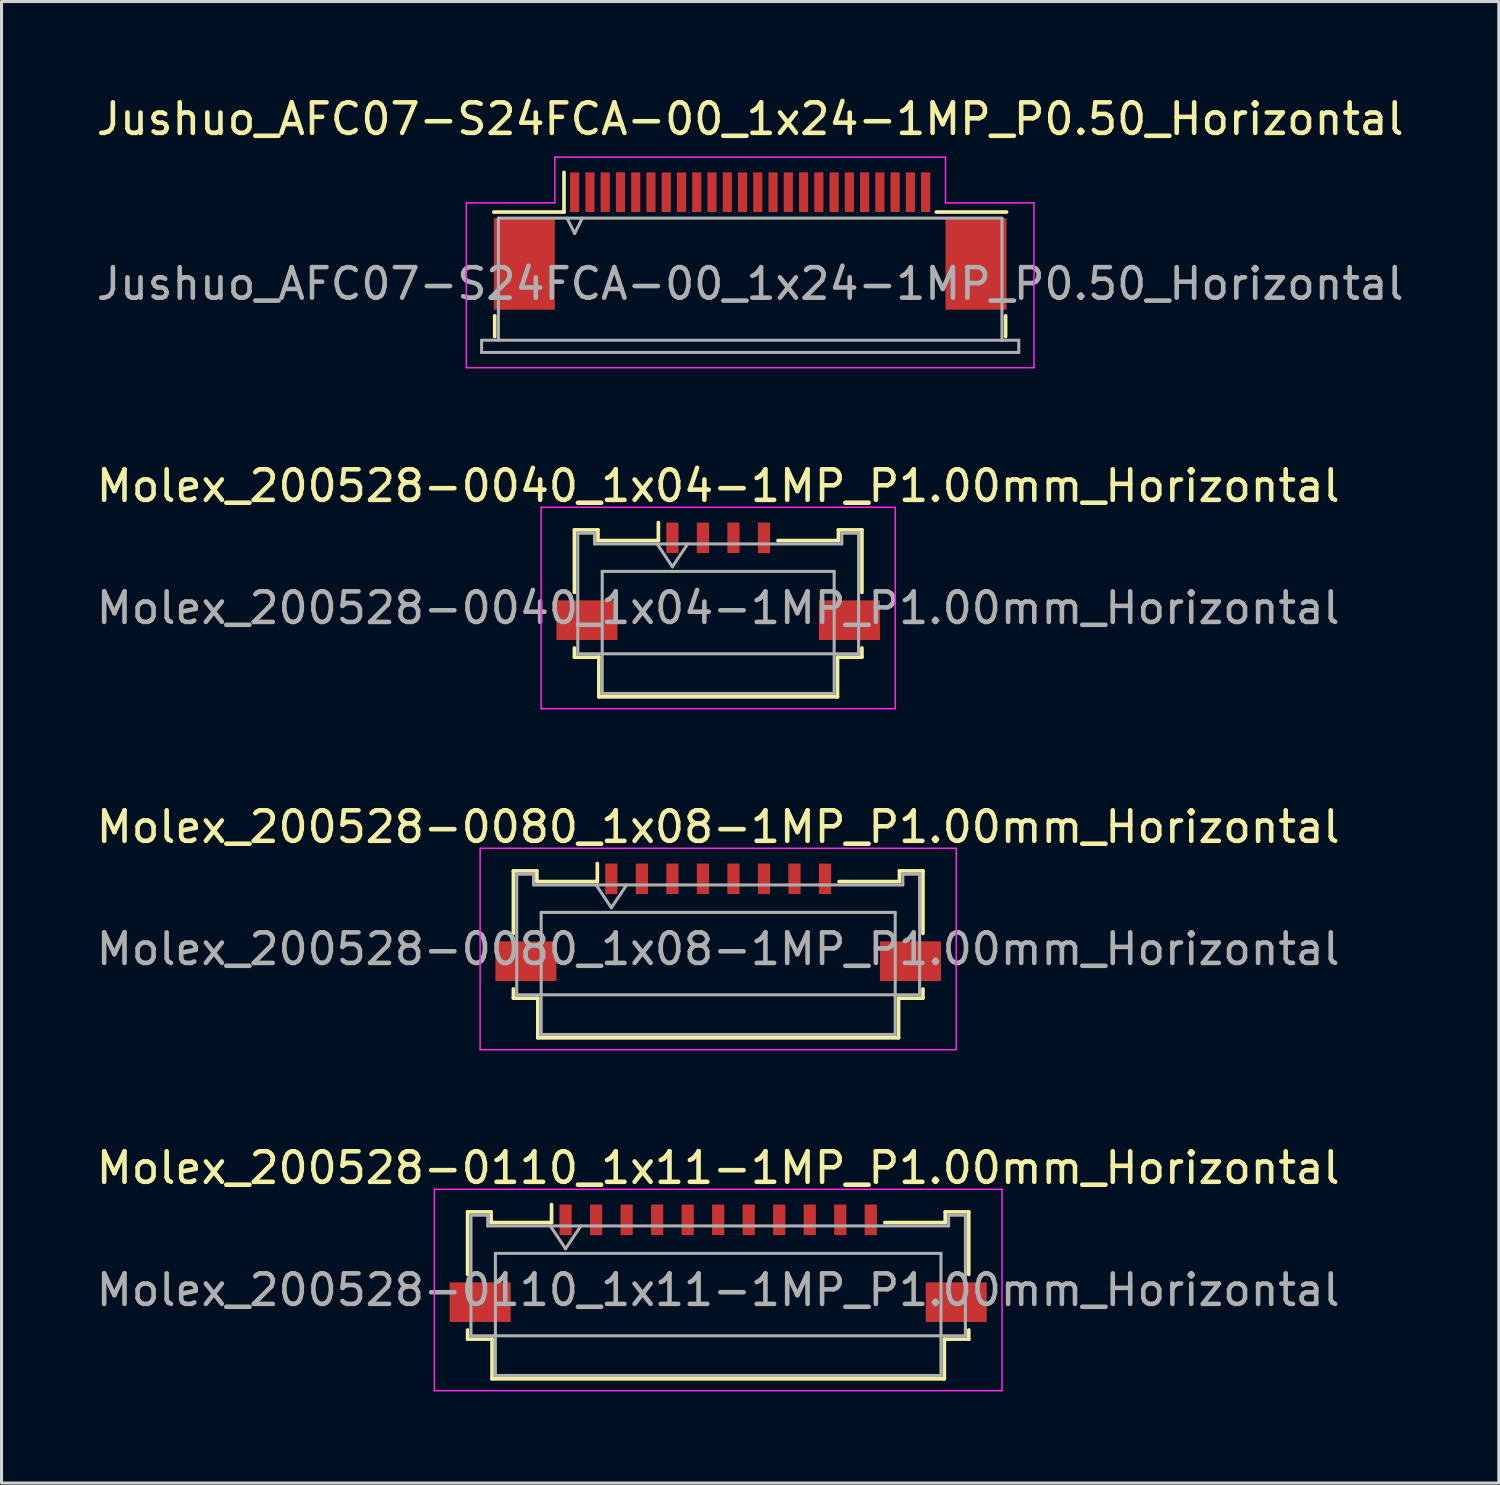
<source format=kicad_pcb>
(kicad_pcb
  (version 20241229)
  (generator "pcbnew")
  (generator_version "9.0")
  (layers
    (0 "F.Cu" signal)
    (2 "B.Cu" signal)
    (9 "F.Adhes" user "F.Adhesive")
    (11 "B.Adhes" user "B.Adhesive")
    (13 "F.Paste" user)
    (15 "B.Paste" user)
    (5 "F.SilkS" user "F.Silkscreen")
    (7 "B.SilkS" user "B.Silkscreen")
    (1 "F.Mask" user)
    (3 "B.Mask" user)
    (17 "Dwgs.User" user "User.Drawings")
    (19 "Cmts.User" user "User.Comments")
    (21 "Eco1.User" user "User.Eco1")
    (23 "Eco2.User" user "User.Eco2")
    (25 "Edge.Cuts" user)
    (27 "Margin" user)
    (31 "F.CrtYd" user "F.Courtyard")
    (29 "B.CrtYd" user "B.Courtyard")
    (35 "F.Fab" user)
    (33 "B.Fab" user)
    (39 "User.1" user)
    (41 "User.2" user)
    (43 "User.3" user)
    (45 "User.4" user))
  (footprint "Jushuo_AFC07-S24FCA-00_1x24-1MP_P0.50_Horizontal"
    (layer "F.Cu")
    (at 21.53 4.848)
    (property "Reference" "Jushuo_AFC07-S24FCA-00_1x24-1MP_P0.50_Horizontal" (at 0 -4 0) (layer "F.SilkS") (effects (font (size 1 1) (thickness 0.15))))
    (attr smd)
    (fp_line (start -8.37 2.45) (end -8.37 3.13) (stroke (width 0.12) (type solid)) (layer "F.SilkS"))
    (fp_line (start -6.1 -0.95) (end -8.4 -0.95) (stroke (width 0.12) (type solid)) (layer "F.SilkS"))
    (fp_line (start -6.1 -0.95) (end -6.1 -2.25) (stroke (width 0.12) (type solid)) (layer "F.SilkS"))
    (fp_line (start 6.1 -0.95) (end 8.4 -0.95) (stroke (width 0.12) (type solid)) (layer "F.SilkS"))
    (fp_line (start 8.37 2.45) (end 8.37 3.13) (stroke (width 0.12) (type solid)) (layer "F.SilkS"))
    (fp_line (start -9.3 -1.25) (end -9.3 4.15) (stroke (width 0.05) (type solid)) (layer "F.CrtYd"))
    (fp_line (start -9.3 4.15) (end 9.3 4.15) (stroke (width 0.05) (type solid)) (layer "F.CrtYd"))
    (fp_line (start -6.4 -2.75) (end -6.4 -1.25) (stroke (width 0.05) (type solid)) (layer "F.CrtYd"))
    (fp_line (start -6.4 -1.25) (end -9.3 -1.25) (stroke (width 0.05) (type solid)) (layer "F.CrtYd"))
    (fp_line (start 6.4 -2.75) (end -6.4 -2.75) (stroke (width 0.05) (type solid)) (layer "F.CrtYd"))
    (fp_line (start 6.4 -1.25) (end 6.4 -2.75) (stroke (width 0.05) (type solid)) (layer "F.CrtYd"))
    (fp_line (start 9.3 -1.25) (end 6.4 -1.25) (stroke (width 0.05) (type solid)) (layer "F.CrtYd"))
    (fp_line (start 9.3 4.15) (end 9.3 -1.25) (stroke (width 0.05) (type solid)) (layer "F.CrtYd"))
    (fp_line (start -8.8 3.25) (end -8.8 3.65) (stroke (width 0.1) (type solid)) (layer "F.Fab"))
    (fp_line (start -8.8 3.65) (end 8.8 3.65) (stroke (width 0.1) (type solid)) (layer "F.Fab"))
    (fp_line (start -8.25 -0.75) (end 8.25 -0.75) (stroke (width 0.1) (type solid)) (layer "F.Fab"))
    (fp_line (start -8.25 3.25) (end -8.8 3.25) (stroke (width 0.1) (type solid)) (layer "F.Fab"))
    (fp_line (start -8.25 3.25) (end -8.25 -0.75) (stroke (width 0.1) (type solid)) (layer "F.Fab"))
    (fp_line (start -6 -0.75) (end -5.75 -0.25) (stroke (width 0.1) (type solid)) (layer "F.Fab"))
    (fp_line (start -5.75 -0.25) (end -5.5 -0.75) (stroke (width 0.1) (type solid)) (layer "F.Fab"))
    (fp_line (start 8.25 3.25) (end -8.25 3.25) (stroke (width 0.1) (type solid)) (layer "F.Fab"))
    (fp_line (start 8.25 3.25) (end 8.25 -0.75) (stroke (width 0.1) (type solid)) (layer "F.Fab"))
    (fp_line (start 8.8 3.25) (end 8.25 3.25) (stroke (width 0.1) (type solid)) (layer "F.Fab"))
    (fp_line (start 8.8 3.65) (end 8.8 3.25) (stroke (width 0.1) (type solid)) (layer "F.Fab"))
    (fp_text user "${REFERENCE}" (at 0 1.4 0) (unlocked yes) (layer "F.Fab") (effects (font (size 1 1) (thickness 0.15))))
    (pad "1" smd rect (at -5.75 -1.6) (size 0.3 1.3) (layers "F.Cu" "F.Mask" "F.Paste"))
    (pad "2" smd rect (at -5.25 -1.6) (size 0.3 1.3) (layers "F.Cu" "F.Mask" "F.Paste"))
    (pad "3" smd rect (at -4.75 -1.6) (size 0.3 1.3) (layers "F.Cu" "F.Mask" "F.Paste"))
    (pad "4" smd rect (at -4.25 -1.6) (size 0.3 1.3) (layers "F.Cu" "F.Mask" "F.Paste"))
    (pad "5" smd rect (at -3.75 -1.6) (size 0.3 1.3) (layers "F.Cu" "F.Mask" "F.Paste"))
    (pad "6" smd rect (at -3.25 -1.6) (size 0.3 1.3) (layers "F.Cu" "F.Mask" "F.Paste"))
    (pad "7" smd rect (at -2.75 -1.6) (size 0.3 1.3) (layers "F.Cu" "F.Mask" "F.Paste"))
    (pad "8" smd rect (at -2.25 -1.6) (size 0.3 1.3) (layers "F.Cu" "F.Mask" "F.Paste"))
    (pad "9" smd rect (at -1.75 -1.6) (size 0.3 1.3) (layers "F.Cu" "F.Mask" "F.Paste"))
    (pad "10" smd rect (at -1.25 -1.6) (size 0.3 1.3) (layers "F.Cu" "F.Mask" "F.Paste"))
    (pad "11" smd rect (at -0.75 -1.6) (size 0.3 1.3) (layers "F.Cu" "F.Mask" "F.Paste"))
    (pad "12" smd rect (at -0.25 -1.6) (size 0.3 1.3) (layers "F.Cu" "F.Mask" "F.Paste"))
    (pad "13" smd rect (at 0.25 -1.6) (size 0.3 1.3) (layers "F.Cu" "F.Mask" "F.Paste"))
    (pad "14" smd rect (at 0.75 -1.6) (size 0.3 1.3) (layers "F.Cu" "F.Mask" "F.Paste"))
    (pad "15" smd rect (at 1.25 -1.6) (size 0.3 1.3) (layers "F.Cu" "F.Mask" "F.Paste"))
    (pad "16" smd rect (at 1.75 -1.6) (size 0.3 1.3) (layers "F.Cu" "F.Mask" "F.Paste"))
    (pad "17" smd rect (at 2.25 -1.6) (size 0.3 1.3) (layers "F.Cu" "F.Mask" "F.Paste"))
    (pad "18" smd rect (at 2.75 -1.6) (size 0.3 1.3) (layers "F.Cu" "F.Mask" "F.Paste"))
    (pad "19" smd rect (at 3.25 -1.6) (size 0.3 1.3) (layers "F.Cu" "F.Mask" "F.Paste"))
    (pad "20" smd rect (at 3.75 -1.6) (size 0.3 1.3) (layers "F.Cu" "F.Mask" "F.Paste"))
    (pad "21" smd rect (at 4.25 -1.6) (size 0.3 1.3) (layers "F.Cu" "F.Mask" "F.Paste"))
    (pad "22" smd rect (at 4.75 -1.6) (size 0.3 1.3) (layers "F.Cu" "F.Mask" "F.Paste"))
    (pad "23" smd rect (at 5.25 -1.6) (size 0.3 1.3) (layers "F.Cu" "F.Mask" "F.Paste"))
    (pad "24" smd rect (at 5.75 -1.6) (size 0.3 1.3) (layers "F.Cu" "F.Mask" "F.Paste"))
    (pad "MP" smd rect (at -7.4 0.75) (size 2 3) (layers "F.Cu" "F.Mask" "F.Paste"))
    (pad "MP" smd rect (at 7.4 0.75) (size 2 3) (layers "F.Cu" "F.Mask" "F.Paste")))
  (footprint "Molex_200528-0080_1x08-1MP_P1.00mm_Horizontal"
    (layer "F.Cu")
    (at 20.482 26.655)
    (property "Reference" "Molex_200528-0080_1x08-1MP_P1.00mm_Horizontal" (at 0 -2.61 0) (layer "F.SilkS") (effects (font (size 1 1) (thickness 0.15))))
    (attr smd)
    (fp_line (start -6.71 -1.17) (end -6.71 0.88) (stroke (width 0.12) (type solid)) (layer "F.SilkS"))
    (fp_line (start -6.71 2.7) (end -6.71 3) (stroke (width 0.12) (type solid)) (layer "F.SilkS"))
    (fp_line (start -6.71 3) (end -5.91 3) (stroke (width 0.12) (type solid)) (layer "F.SilkS"))
    (fp_line (start -5.94 -1.17) (end -6.71 -1.17) (stroke (width 0.12) (type solid)) (layer "F.SilkS"))
    (fp_line (start -5.94 -0.82) (end -5.94 -1.17) (stroke (width 0.12) (type solid)) (layer "F.SilkS"))
    (fp_line (start -5.91 3) (end -5.91 4.3) (stroke (width 0.12) (type solid)) (layer "F.SilkS"))
    (fp_line (start -5.91 4.3) (end 5.91 4.3) (stroke (width 0.12) (type solid)) (layer "F.SilkS"))
    (fp_line (start -3.96 -1.41) (end -3.96 -0.82) (stroke (width 0.12) (type solid)) (layer "F.SilkS"))
    (fp_line (start -3.96 -0.82) (end -5.94 -0.82) (stroke (width 0.12) (type solid)) (layer "F.SilkS"))
    (fp_line (start 5.91 3) (end 6.71 3) (stroke (width 0.12) (type solid)) (layer "F.SilkS"))
    (fp_line (start 5.91 4.3) (end 5.91 3) (stroke (width 0.12) (type solid)) (layer "F.SilkS"))
    (fp_line (start 5.94 -1.17) (end 5.94 -0.82) (stroke (width 0.12) (type solid)) (layer "F.SilkS"))
    (fp_line (start 5.94 -0.82) (end 3.96 -0.82) (stroke (width 0.12) (type solid)) (layer "F.SilkS"))
    (fp_line (start 6.71 -1.17) (end 5.94 -1.17) (stroke (width 0.12) (type solid)) (layer "F.SilkS"))
    (fp_line (start 6.71 0.88) (end 6.71 -1.17) (stroke (width 0.12) (type solid)) (layer "F.SilkS"))
    (fp_line (start 6.71 3) (end 6.71 2.7) (stroke (width 0.12) (type solid)) (layer "F.SilkS"))
    (fp_line (start -7.8 -1.91) (end -7.8 4.69) (stroke (width 0.05) (type solid)) (layer "F.CrtYd"))
    (fp_line (start -7.8 4.69) (end 7.8 4.69) (stroke (width 0.05) (type solid)) (layer "F.CrtYd"))
    (fp_line (start 7.8 -1.91) (end -7.8 -1.91) (stroke (width 0.05) (type solid)) (layer "F.CrtYd"))
    (fp_line (start 7.8 4.69) (end 7.8 -1.91) (stroke (width 0.05) (type solid)) (layer "F.CrtYd"))
    (fp_line (start -6.6 -1.06) (end -6.6 2.89) (stroke (width 0.1) (type solid)) (layer "F.Fab"))
    (fp_line (start -6.6 2.89) (end 6.6 2.89) (stroke (width 0.1) (type solid)) (layer "F.Fab"))
    (fp_line (start -6.05 -1.06) (end -6.6 -1.06) (stroke (width 0.1) (type solid)) (layer "F.Fab"))
    (fp_line (start -6.05 -0.71) (end -6.05 -1.06) (stroke (width 0.1) (type solid)) (layer "F.Fab"))
    (fp_line (start -5.8 0.19) (end -5.8 4.19) (stroke (width 0.1) (type solid)) (layer "F.Fab"))
    (fp_line (start -5.8 4.19) (end 5.8 4.19) (stroke (width 0.1) (type solid)) (layer "F.Fab"))
    (fp_line (start -4 -0.71) (end -3.5 0.04) (stroke (width 0.1) (type solid)) (layer "F.Fab"))
    (fp_line (start -3.5 0.04) (end -3 -0.71) (stroke (width 0.1) (type solid)) (layer "F.Fab"))
    (fp_line (start 5.8 0.19) (end -5.8 0.19) (stroke (width 0.1) (type solid)) (layer "F.Fab"))
    (fp_line (start 5.8 4.19) (end 5.8 0.19) (stroke (width 0.1) (type solid)) (layer "F.Fab"))
    (fp_line (start 6.05 -1.06) (end 6.05 -0.71) (stroke (width 0.1) (type solid)) (layer "F.Fab"))
    (fp_line (start 6.05 -0.71) (end -6.05 -0.71) (stroke (width 0.1) (type solid)) (layer "F.Fab"))
    (fp_line (start 6.6 -1.06) (end 6.05 -1.06) (stroke (width 0.1) (type solid)) (layer "F.Fab"))
    (fp_line (start 6.6 2.89) (end 6.6 -1.06) (stroke (width 0.1) (type solid)) (layer "F.Fab"))
    (fp_text user "${REFERENCE}" (at 0 1.39 0) (layer "F.Fab") (effects (font (size 1 1) (thickness 0.15))))
    (pad "1" smd rect (at -3.5 -0.91) (size 0.4 1) (layers "F.Cu" "F.Mask" "F.Paste"))
    (pad "2" smd rect (at -2.5 -0.91) (size 0.4 1) (layers "F.Cu" "F.Mask" "F.Paste"))
    (pad "3" smd rect (at -1.5 -0.91) (size 0.4 1) (layers "F.Cu" "F.Mask" "F.Paste"))
    (pad "4" smd rect (at -0.5 -0.91) (size 0.4 1) (layers "F.Cu" "F.Mask" "F.Paste"))
    (pad "5" smd rect (at 0.5 -0.91) (size 0.4 1) (layers "F.Cu" "F.Mask" "F.Paste"))
    (pad "6" smd rect (at 1.5 -0.91) (size 0.4 1) (layers "F.Cu" "F.Mask" "F.Paste"))
    (pad "7" smd rect (at 2.5 -0.91) (size 0.4 1) (layers "F.Cu" "F.Mask" "F.Paste"))
    (pad "8" smd rect (at 3.5 -0.91) (size 0.4 1) (layers "F.Cu" "F.Mask" "F.Paste"))
    (pad "MP" smd rect (at -6.3 1.79) (size 2 1.3) (layers "F.Cu" "F.Mask" "F.Paste"))
    (pad "MP" smd rect (at 6.3 1.79) (size 2 1.3) (layers "F.Cu" "F.Mask" "F.Paste")))
  (footprint "Molex_200528-0040_1x04-1MP_P1.00mm_Horizontal"
    (layer "F.Cu")
    (at 20.482 15.482)
    (property "Reference" "Molex_200528-0040_1x04-1MP_P1.00mm_Horizontal" (at 0 -2.61 0) (layer "F.SilkS") (effects (font (size 1 1) (thickness 0.15))))
    (attr smd)
    (fp_line (start -4.71 -1.17) (end -4.71 0.88) (stroke (width 0.12) (type solid)) (layer "F.SilkS"))
    (fp_line (start -4.71 2.7) (end -4.71 3) (stroke (width 0.12) (type solid)) (layer "F.SilkS"))
    (fp_line (start -4.71 3) (end -3.91 3) (stroke (width 0.12) (type solid)) (layer "F.SilkS"))
    (fp_line (start -3.94 -1.17) (end -4.71 -1.17) (stroke (width 0.12) (type solid)) (layer "F.SilkS"))
    (fp_line (start -3.94 -0.82) (end -3.94 -1.17) (stroke (width 0.12) (type solid)) (layer "F.SilkS"))
    (fp_line (start -3.91 3) (end -3.91 4.3) (stroke (width 0.12) (type solid)) (layer "F.SilkS"))
    (fp_line (start -3.91 4.3) (end 3.91 4.3) (stroke (width 0.12) (type solid)) (layer "F.SilkS"))
    (fp_line (start -1.96 -1.41) (end -1.96 -0.82) (stroke (width 0.12) (type solid)) (layer "F.SilkS"))
    (fp_line (start -1.96 -0.82) (end -3.94 -0.82) (stroke (width 0.12) (type solid)) (layer "F.SilkS"))
    (fp_line (start 3.91 3) (end 4.71 3) (stroke (width 0.12) (type solid)) (layer "F.SilkS"))
    (fp_line (start 3.91 4.3) (end 3.91 3) (stroke (width 0.12) (type solid)) (layer "F.SilkS"))
    (fp_line (start 3.94 -1.17) (end 3.94 -0.82) (stroke (width 0.12) (type solid)) (layer "F.SilkS"))
    (fp_line (start 3.94 -0.82) (end 1.96 -0.82) (stroke (width 0.12) (type solid)) (layer "F.SilkS"))
    (fp_line (start 4.71 -1.17) (end 3.94 -1.17) (stroke (width 0.12) (type solid)) (layer "F.SilkS"))
    (fp_line (start 4.71 0.88) (end 4.71 -1.17) (stroke (width 0.12) (type solid)) (layer "F.SilkS"))
    (fp_line (start 4.71 3) (end 4.71 2.7) (stroke (width 0.12) (type solid)) (layer "F.SilkS"))
    (fp_line (start -5.8 -1.91) (end -5.8 4.69) (stroke (width 0.05) (type solid)) (layer "F.CrtYd"))
    (fp_line (start -5.8 4.69) (end 5.8 4.69) (stroke (width 0.05) (type solid)) (layer "F.CrtYd"))
    (fp_line (start 5.8 -1.91) (end -5.8 -1.91) (stroke (width 0.05) (type solid)) (layer "F.CrtYd"))
    (fp_line (start 5.8 4.69) (end 5.8 -1.91) (stroke (width 0.05) (type solid)) (layer "F.CrtYd"))
    (fp_line (start -4.6 -1.06) (end -4.6 2.89) (stroke (width 0.1) (type solid)) (layer "F.Fab"))
    (fp_line (start -4.6 2.89) (end 4.6 2.89) (stroke (width 0.1) (type solid)) (layer "F.Fab"))
    (fp_line (start -4.05 -1.06) (end -4.6 -1.06) (stroke (width 0.1) (type solid)) (layer "F.Fab"))
    (fp_line (start -4.05 -0.71) (end -4.05 -1.06) (stroke (width 0.1) (type solid)) (layer "F.Fab"))
    (fp_line (start -3.8 0.19) (end -3.8 4.19) (stroke (width 0.1) (type solid)) (layer "F.Fab"))
    (fp_line (start -3.8 4.19) (end 3.8 4.19) (stroke (width 0.1) (type solid)) (layer "F.Fab"))
    (fp_line (start -2 -0.71) (end -1.5 0.04) (stroke (width 0.1) (type solid)) (layer "F.Fab"))
    (fp_line (start -1.5 0.04) (end -1 -0.71) (stroke (width 0.1) (type solid)) (layer "F.Fab"))
    (fp_line (start 3.8 0.19) (end -3.8 0.19) (stroke (width 0.1) (type solid)) (layer "F.Fab"))
    (fp_line (start 3.8 4.19) (end 3.8 0.19) (stroke (width 0.1) (type solid)) (layer "F.Fab"))
    (fp_line (start 4.05 -1.06) (end 4.05 -0.71) (stroke (width 0.1) (type solid)) (layer "F.Fab"))
    (fp_line (start 4.05 -0.71) (end -4.05 -0.71) (stroke (width 0.1) (type solid)) (layer "F.Fab"))
    (fp_line (start 4.6 -1.06) (end 4.05 -1.06) (stroke (width 0.1) (type solid)) (layer "F.Fab"))
    (fp_line (start 4.6 2.89) (end 4.6 -1.06) (stroke (width 0.1) (type solid)) (layer "F.Fab"))
    (fp_text user "${REFERENCE}" (at 0 1.39 0) (layer "F.Fab") (effects (font (size 1 1) (thickness 0.15))))
    (pad "1" smd rect (at -1.5 -0.91) (size 0.4 1) (layers "F.Cu" "F.Mask" "F.Paste"))
    (pad "2" smd rect (at -0.5 -0.91) (size 0.4 1) (layers "F.Cu" "F.Mask" "F.Paste"))
    (pad "3" smd rect (at 0.5 -0.91) (size 0.4 1) (layers "F.Cu" "F.Mask" "F.Paste"))
    (pad "4" smd rect (at 1.5 -0.91) (size 0.4 1) (layers "F.Cu" "F.Mask" "F.Paste"))
    (pad "MP" smd rect (at -4.3 1.79) (size 2 1.3) (layers "F.Cu" "F.Mask" "F.Paste"))
    (pad "MP" smd rect (at 4.3 1.79) (size 2 1.3) (layers "F.Cu" "F.Mask" "F.Paste")))
  (footprint "Molex_200528-0110_1x11-1MP_P1.00mm_Horizontal"
    (layer "F.Cu")
    (at 20.482 37.828)
    (property "Reference" "Molex_200528-0110_1x11-1MP_P1.00mm_Horizontal" (at 0 -2.61 0) (layer "F.SilkS") (effects (font (size 1 1) (thickness 0.15))))
    (attr smd)
    (fp_line (start -8.21 -1.17) (end -8.21 0.88) (stroke (width 0.12) (type solid)) (layer "F.SilkS"))
    (fp_line (start -8.21 2.7) (end -8.21 3) (stroke (width 0.12) (type solid)) (layer "F.SilkS"))
    (fp_line (start -8.21 3) (end -7.41 3) (stroke (width 0.12) (type solid)) (layer "F.SilkS"))
    (fp_line (start -7.44 -1.17) (end -8.21 -1.17) (stroke (width 0.12) (type solid)) (layer "F.SilkS"))
    (fp_line (start -7.44 -0.82) (end -7.44 -1.17) (stroke (width 0.12) (type solid)) (layer "F.SilkS"))
    (fp_line (start -7.41 3) (end -7.41 4.3) (stroke (width 0.12) (type solid)) (layer "F.SilkS"))
    (fp_line (start -7.41 4.3) (end 7.41 4.3) (stroke (width 0.12) (type solid)) (layer "F.SilkS"))
    (fp_line (start -5.46 -1.41) (end -5.46 -0.82) (stroke (width 0.12) (type solid)) (layer "F.SilkS"))
    (fp_line (start -5.46 -0.82) (end -7.44 -0.82) (stroke (width 0.12) (type solid)) (layer "F.SilkS"))
    (fp_line (start 7.41 3) (end 8.21 3) (stroke (width 0.12) (type solid)) (layer "F.SilkS"))
    (fp_line (start 7.41 4.3) (end 7.41 3) (stroke (width 0.12) (type solid)) (layer "F.SilkS"))
    (fp_line (start 7.44 -1.17) (end 7.44 -0.82) (stroke (width 0.12) (type solid)) (layer "F.SilkS"))
    (fp_line (start 7.44 -0.82) (end 5.46 -0.82) (stroke (width 0.12) (type solid)) (layer "F.SilkS"))
    (fp_line (start 8.21 -1.17) (end 7.44 -1.17) (stroke (width 0.12) (type solid)) (layer "F.SilkS"))
    (fp_line (start 8.21 0.88) (end 8.21 -1.17) (stroke (width 0.12) (type solid)) (layer "F.SilkS"))
    (fp_line (start 8.21 3) (end 8.21 2.7) (stroke (width 0.12) (type solid)) (layer "F.SilkS"))
    (fp_line (start -9.3 -1.91) (end -9.3 4.69) (stroke (width 0.05) (type solid)) (layer "F.CrtYd"))
    (fp_line (start -9.3 4.69) (end 9.3 4.69) (stroke (width 0.05) (type solid)) (layer "F.CrtYd"))
    (fp_line (start 9.3 -1.91) (end -9.3 -1.91) (stroke (width 0.05) (type solid)) (layer "F.CrtYd"))
    (fp_line (start 9.3 4.69) (end 9.3 -1.91) (stroke (width 0.05) (type solid)) (layer "F.CrtYd"))
    (fp_line (start -8.1 -1.06) (end -8.1 2.89) (stroke (width 0.1) (type solid)) (layer "F.Fab"))
    (fp_line (start -8.1 2.89) (end 8.1 2.89) (stroke (width 0.1) (type solid)) (layer "F.Fab"))
    (fp_line (start -7.55 -1.06) (end -8.1 -1.06) (stroke (width 0.1) (type solid)) (layer "F.Fab"))
    (fp_line (start -7.55 -0.71) (end -7.55 -1.06) (stroke (width 0.1) (type solid)) (layer "F.Fab"))
    (fp_line (start -7.3 0.19) (end -7.3 4.19) (stroke (width 0.1) (type solid)) (layer "F.Fab"))
    (fp_line (start -7.3 4.19) (end 7.3 4.19) (stroke (width 0.1) (type solid)) (layer "F.Fab"))
    (fp_line (start -5.5 -0.71) (end -5 0.04) (stroke (width 0.1) (type solid)) (layer "F.Fab"))
    (fp_line (start -5 0.04) (end -4.5 -0.71) (stroke (width 0.1) (type solid)) (layer "F.Fab"))
    (fp_line (start 7.3 0.19) (end -7.3 0.19) (stroke (width 0.1) (type solid)) (layer "F.Fab"))
    (fp_line (start 7.3 4.19) (end 7.3 0.19) (stroke (width 0.1) (type solid)) (layer "F.Fab"))
    (fp_line (start 7.55 -1.06) (end 7.55 -0.71) (stroke (width 0.1) (type solid)) (layer "F.Fab"))
    (fp_line (start 7.55 -0.71) (end -7.55 -0.71) (stroke (width 0.1) (type solid)) (layer "F.Fab"))
    (fp_line (start 8.1 -1.06) (end 7.55 -1.06) (stroke (width 0.1) (type solid)) (layer "F.Fab"))
    (fp_line (start 8.1 2.89) (end 8.1 -1.06) (stroke (width 0.1) (type solid)) (layer "F.Fab"))
    (fp_text user "${REFERENCE}" (at 0 1.39 0) (layer "F.Fab") (effects (font (size 1 1) (thickness 0.15))))
    (pad "1" smd rect (at -5 -0.91) (size 0.4 1) (layers "F.Cu" "F.Mask" "F.Paste"))
    (pad "2" smd rect (at -4 -0.91) (size 0.4 1) (layers "F.Cu" "F.Mask" "F.Paste"))
    (pad "3" smd rect (at -3 -0.91) (size 0.4 1) (layers "F.Cu" "F.Mask" "F.Paste"))
    (pad "4" smd rect (at -2 -0.91) (size 0.4 1) (layers "F.Cu" "F.Mask" "F.Paste"))
    (pad "5" smd rect (at -1 -0.91) (size 0.4 1) (layers "F.Cu" "F.Mask" "F.Paste"))
    (pad "6" smd rect (at 0 -0.91) (size 0.4 1) (layers "F.Cu" "F.Mask" "F.Paste"))
    (pad "7" smd rect (at 1 -0.91) (size 0.4 1) (layers "F.Cu" "F.Mask" "F.Paste"))
    (pad "8" smd rect (at 2 -0.91) (size 0.4 1) (layers "F.Cu" "F.Mask" "F.Paste"))
    (pad "9" smd rect (at 3 -0.91) (size 0.4 1) (layers "F.Cu" "F.Mask" "F.Paste"))
    (pad "10" smd rect (at 4 -0.91) (size 0.4 1) (layers "F.Cu" "F.Mask" "F.Paste"))
    (pad "11" smd rect (at 5 -0.91) (size 0.4 1) (layers "F.Cu" "F.Mask" "F.Paste"))
    (pad "MP" smd rect (at -7.8 1.79) (size 2 1.3) (layers "F.Cu" "F.Mask" "F.Paste"))
    (pad "MP" smd rect (at 7.8 1.79) (size 2 1.3) (layers "F.Cu" "F.Mask" "F.Paste")))
  (gr_rect
    (start -3 -3)
    (end 46.06 45.543)
    (stroke (width 0.1) (type default))
    (fill no)
    (layer "Edge.Cuts")))
</source>
